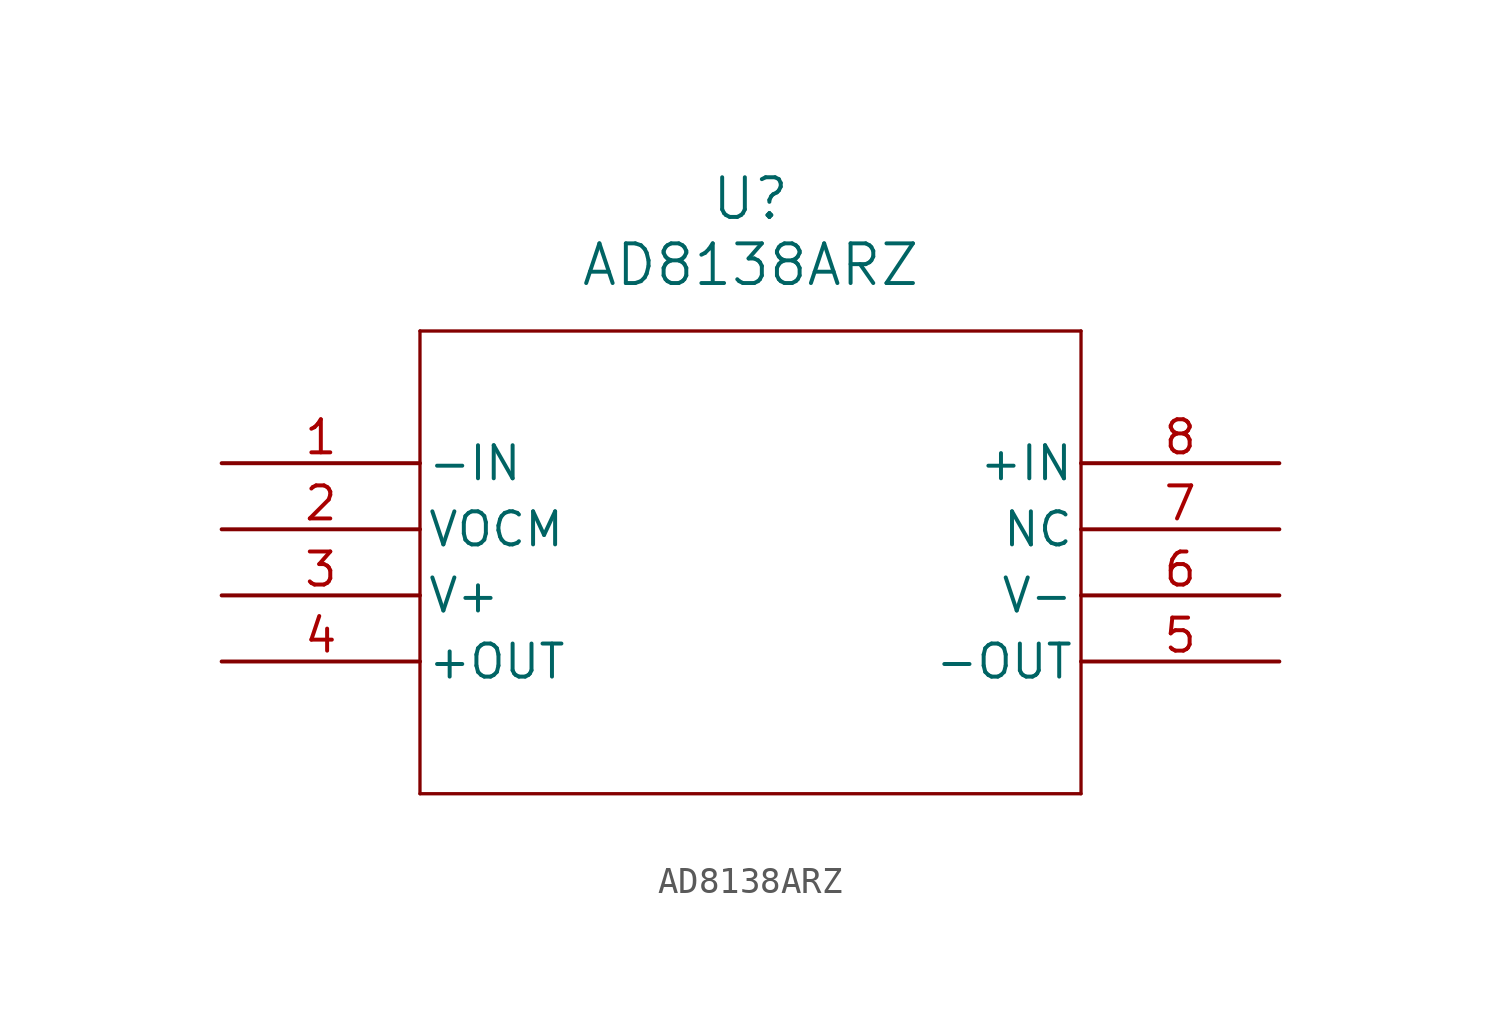
<source format=kicad_sym>
(kicad_symbol_lib
  (version 20211014)
  (generator kicad_symbol_editor)
  (symbol "AD8138ARZ"
    (pin_names
      (offset 0.254))
    (property "Reference" "U"
      (at 20.32 10.16 0)
      (effects (font (size 1.524 1.524))))
    (property "Value" "AD8138ARZ"
      (at 20.32 7.62 0)
      (effects (font (size 1.524 1.524))))
    (symbol "AD8138ARZ_0_1"
      (polyline (pts (xy 7.62 5.08) (xy 7.62 -12.7)) (stroke (width 0.127) (type default) (color 0 0 0 0)) (fill (type none)))
      (polyline (pts (xy 7.62 -12.7) (xy 33.02 -12.7)) (stroke (width 0.127) (type default) (color 0 0 0 0)) (fill (type none)))
      (polyline (pts (xy 33.02 -12.7) (xy 33.02 5.08)) (stroke (width 0.127) (type default) (color 0 0 0 0)) (fill (type none)))
      (polyline (pts (xy 33.02 5.08) (xy 7.62 5.08)) (stroke (width 0.127) (type default) (color 0 0 0 0)) (fill (type none)))
      (pin unspecified line (at 0 0 0) (length 7.62) (name "-IN" (effects (font (size 1.27 1.27)))) (number "1" (effects (font (size 1.27 1.27)))))
      (pin unspecified line (at 0 -2.54 0) (length 7.62) (name "VOCM" (effects (font (size 1.27 1.27)))) (number "2" (effects (font (size 1.27 1.27)))))
      (pin power_in line (at 0 -5.08 0) (length 7.62) (name "V+" (effects (font (size 1.27 1.27)))) (number "3" (effects (font (size 1.27 1.27)))))
      (pin unspecified line (at 0 -7.62 0) (length 7.62) (name "+OUT" (effects (font (size 1.27 1.27)))) (number "4" (effects (font (size 1.27 1.27)))))
      (pin unspecified line (at 40.64 -7.62 180) (length 7.62) (name "-OUT" (effects (font (size 1.27 1.27)))) (number "5" (effects (font (size 1.27 1.27)))))
      (pin power_in line (at 40.64 -5.08 180) (length 7.62) (name "V-" (effects (font (size 1.27 1.27)))) (number "6" (effects (font (size 1.27 1.27)))))
      (pin unspecified line (at 40.64 -2.54 180) (length 7.62) (name "NC" (effects (font (size 1.27 1.27)))) (number "7" (effects (font (size 1.27 1.27)))))
      (pin unspecified line (at 40.64 0 180) (length 7.62) (name "+IN" (effects (font (size 1.27 1.27)))) (number "8" (effects (font (size 1.27 1.27))))))))
</source>
